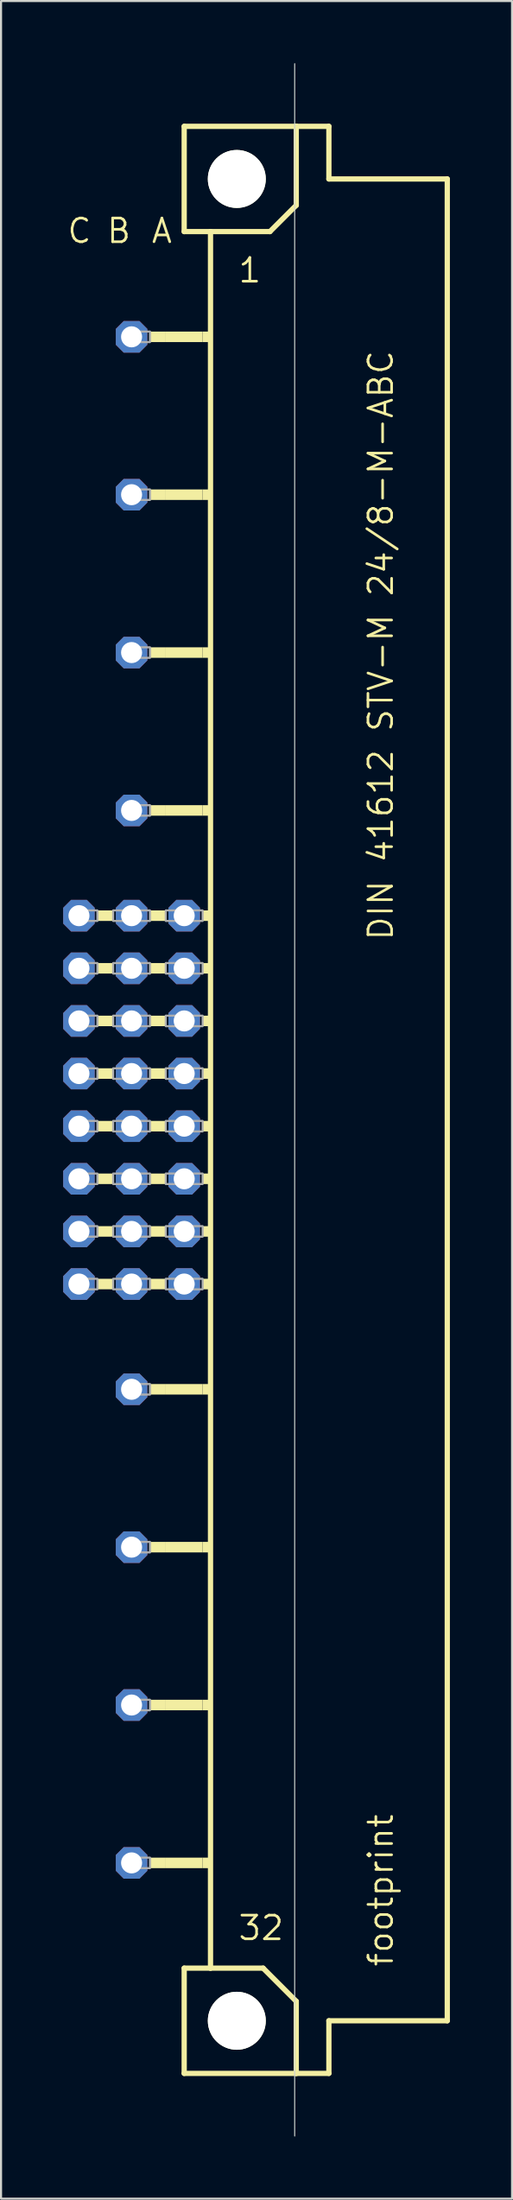
<source format=kicad_pcb>
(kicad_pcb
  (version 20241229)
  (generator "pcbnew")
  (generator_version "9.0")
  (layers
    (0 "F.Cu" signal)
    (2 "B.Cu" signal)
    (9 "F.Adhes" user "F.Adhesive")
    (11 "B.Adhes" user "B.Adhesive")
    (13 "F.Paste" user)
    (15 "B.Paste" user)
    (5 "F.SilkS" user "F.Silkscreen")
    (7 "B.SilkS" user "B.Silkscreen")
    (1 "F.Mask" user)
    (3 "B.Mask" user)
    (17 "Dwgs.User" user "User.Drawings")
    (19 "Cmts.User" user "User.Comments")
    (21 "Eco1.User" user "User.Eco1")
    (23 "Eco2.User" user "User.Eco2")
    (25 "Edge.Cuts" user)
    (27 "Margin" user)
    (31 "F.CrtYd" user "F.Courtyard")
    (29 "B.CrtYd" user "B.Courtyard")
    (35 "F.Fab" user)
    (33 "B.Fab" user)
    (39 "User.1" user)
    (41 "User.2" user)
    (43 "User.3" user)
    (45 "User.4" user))
  (footprint "footprint"
    (layer "F.Cu")
    (at 8.382 50.038)
    (property "Reference" "footprint" (at 7.62 41.91 90) (layer "F.SilkS") (effects (font (size 1.143 1.143) (thickness 0.127)) (justify left bottom)))
    (fp_line (start -2.54 -46.99) (end -2.54 -41.91) (stroke (width 0.254) (type solid)) (layer "F.SilkS"))
    (fp_line (start -2.54 -41.91) (end -1.27 -41.91) (stroke (width 0.254) (type solid)) (layer "F.SilkS"))
    (fp_line (start -2.54 41.91) (end -2.54 46.99) (stroke (width 0.254) (type solid)) (layer "F.SilkS"))
    (fp_line (start -2.54 41.91) (end -1.27 41.91) (stroke (width 0.254) (type solid)) (layer "F.SilkS"))
    (fp_line (start -2.54 46.99) (end 2.87 46.99) (stroke (width 0.254) (type solid)) (layer "F.SilkS"))
    (fp_line (start -1.27 -41.91) (end -1.27 41.91) (stroke (width 0.254) (type solid)) (layer "F.SilkS"))
    (fp_line (start -1.27 -41.91) (end 1.6 -41.91) (stroke (width 0.254) (type solid)) (layer "F.SilkS"))
    (fp_line (start -1.27 41.91) (end 1.27 41.91) (stroke (width 0.254) (type solid)) (layer "F.SilkS"))
    (fp_line (start 1.6 -41.91) (end 2.87 -43.18) (stroke (width 0.254) (type solid)) (layer "F.SilkS"))
    (fp_line (start 2.87 -46.99) (end -2.54 -46.99) (stroke (width 0.254) (type solid)) (layer "F.SilkS"))
    (fp_line (start 2.87 -43.18) (end 2.87 -46.99) (stroke (width 0.254) (type solid)) (layer "F.SilkS"))
    (fp_line (start 2.87 43.51) (end 1.27 41.91) (stroke (width 0.254) (type solid)) (layer "F.SilkS"))
    (fp_line (start 2.87 43.51) (end 2.87 46.99) (stroke (width 0.254) (type solid)) (layer "F.SilkS"))
    (fp_line (start 2.87 46.99) (end 4.445 46.99) (stroke (width 0.254) (type solid)) (layer "F.SilkS"))
    (fp_line (start 4.445 -46.99) (end 2.87 -46.99) (stroke (width 0.254) (type solid)) (layer "F.SilkS"))
    (fp_line (start 4.445 -44.45) (end 4.445 -46.99) (stroke (width 0.254) (type solid)) (layer "F.SilkS"))
    (fp_line (start 4.445 44.45) (end 10.16 44.45) (stroke (width 0.254) (type solid)) (layer "F.SilkS"))
    (fp_line (start 4.445 46.99) (end 4.445 44.45) (stroke (width 0.254) (type solid)) (layer "F.SilkS"))
    (fp_line (start 10.16 -44.45) (end 4.445 -44.45) (stroke (width 0.254) (type solid)) (layer "F.SilkS"))
    (fp_line (start 10.16 44.45) (end 10.16 -44.45) (stroke (width 0.254) (type solid)) (layer "F.SilkS"))
    (fp_circle (center 0 -44.45) (end 1.27 -44.45) (stroke (width 0.254) (type solid)) (fill no) (layer "F.SilkS"))
    (fp_circle (center 0 44.45) (end 1.27 44.45) (stroke (width 0.254) (type solid)) (fill no) (layer "F.SilkS"))
    (fp_poly (pts (xy -6.731 -8.636) (xy -5.969 -8.636) (xy -5.969 -9.144) (xy -6.731 -9.144)) (stroke (width 0) (type solid)) (fill yes) (layer "F.SilkS"))
    (fp_poly (pts (xy -6.731 -6.096) (xy -5.969 -6.096) (xy -5.969 -6.604) (xy -6.731 -6.604)) (stroke (width 0) (type solid)) (fill yes) (layer "F.SilkS"))
    (fp_poly (pts (xy -6.731 -3.556) (xy -5.969 -3.556) (xy -5.969 -4.064) (xy -6.731 -4.064)) (stroke (width 0) (type solid)) (fill yes) (layer "F.SilkS"))
    (fp_poly (pts (xy -6.731 -1.016) (xy -5.969 -1.016) (xy -5.969 -1.524) (xy -6.731 -1.524)) (stroke (width 0) (type solid)) (fill yes) (layer "F.SilkS"))
    (fp_poly (pts (xy -6.731 1.524) (xy -5.969 1.524) (xy -5.969 1.016) (xy -6.731 1.016)) (stroke (width 0) (type solid)) (fill yes) (layer "F.SilkS"))
    (fp_poly (pts (xy -6.731 4.064) (xy -5.969 4.064) (xy -5.969 3.556) (xy -6.731 3.556)) (stroke (width 0) (type solid)) (fill yes) (layer "F.SilkS"))
    (fp_poly (pts (xy -6.731 6.604) (xy -5.969 6.604) (xy -5.969 6.096) (xy -6.731 6.096)) (stroke (width 0) (type solid)) (fill yes) (layer "F.SilkS"))
    (fp_poly (pts (xy -6.731 9.144) (xy -5.969 9.144) (xy -5.969 8.636) (xy -6.731 8.636)) (stroke (width 0) (type solid)) (fill yes) (layer "F.SilkS"))
    (fp_poly (pts (xy -4.191 -36.576) (xy -3.429 -36.576) (xy -3.429 -37.084) (xy -4.191 -37.084)) (stroke (width 0) (type solid)) (fill yes) (layer "F.SilkS"))
    (fp_poly (pts (xy -4.191 -28.956) (xy -3.429 -28.956) (xy -3.429 -29.464) (xy -4.191 -29.464)) (stroke (width 0) (type solid)) (fill yes) (layer "F.SilkS"))
    (fp_poly (pts (xy -4.191 -21.336) (xy -3.429 -21.336) (xy -3.429 -21.844) (xy -4.191 -21.844)) (stroke (width 0) (type solid)) (fill yes) (layer "F.SilkS"))
    (fp_poly (pts (xy -4.191 -13.716) (xy -3.429 -13.716) (xy -3.429 -14.224) (xy -4.191 -14.224)) (stroke (width 0) (type solid)) (fill yes) (layer "F.SilkS"))
    (fp_poly (pts (xy -4.191 -8.636) (xy -3.429 -8.636) (xy -3.429 -9.144) (xy -4.191 -9.144)) (stroke (width 0) (type solid)) (fill yes) (layer "F.SilkS"))
    (fp_poly (pts (xy -4.191 -6.096) (xy -3.429 -6.096) (xy -3.429 -6.604) (xy -4.191 -6.604)) (stroke (width 0) (type solid)) (fill yes) (layer "F.SilkS"))
    (fp_poly (pts (xy -4.191 -3.556) (xy -3.429 -3.556) (xy -3.429 -4.064) (xy -4.191 -4.064)) (stroke (width 0) (type solid)) (fill yes) (layer "F.SilkS"))
    (fp_poly (pts (xy -4.191 -1.016) (xy -3.429 -1.016) (xy -3.429 -1.524) (xy -4.191 -1.524)) (stroke (width 0) (type solid)) (fill yes) (layer "F.SilkS"))
    (fp_poly (pts (xy -4.191 1.524) (xy -3.429 1.524) (xy -3.429 1.016) (xy -4.191 1.016)) (stroke (width 0) (type solid)) (fill yes) (layer "F.SilkS"))
    (fp_poly (pts (xy -4.191 4.064) (xy -3.429 4.064) (xy -3.429 3.556) (xy -4.191 3.556)) (stroke (width 0) (type solid)) (fill yes) (layer "F.SilkS"))
    (fp_poly (pts (xy -4.191 6.604) (xy -3.429 6.604) (xy -3.429 6.096) (xy -4.191 6.096)) (stroke (width 0) (type solid)) (fill yes) (layer "F.SilkS"))
    (fp_poly (pts (xy -4.191 9.144) (xy -3.429 9.144) (xy -3.429 8.636) (xy -4.191 8.636)) (stroke (width 0) (type solid)) (fill yes) (layer "F.SilkS"))
    (fp_poly (pts (xy -4.191 14.224) (xy -3.429 14.224) (xy -3.429 13.716) (xy -4.191 13.716)) (stroke (width 0) (type solid)) (fill yes) (layer "F.SilkS"))
    (fp_poly (pts (xy -4.191 21.844) (xy -3.429 21.844) (xy -3.429 21.336) (xy -4.191 21.336)) (stroke (width 0) (type solid)) (fill yes) (layer "F.SilkS"))
    (fp_poly (pts (xy -4.191 29.464) (xy -3.429 29.464) (xy -3.429 28.956) (xy -4.191 28.956)) (stroke (width 0) (type solid)) (fill yes) (layer "F.SilkS"))
    (fp_poly (pts (xy -4.191 37.084) (xy -3.429 37.084) (xy -3.429 36.576) (xy -4.191 36.576)) (stroke (width 0) (type solid)) (fill yes) (layer "F.SilkS"))
    (fp_poly (pts (xy -3.429 -36.576) (xy -1.651 -36.576) (xy -1.651 -37.084) (xy -3.429 -37.084)) (stroke (width 0) (type solid)) (fill yes) (layer "F.SilkS"))
    (fp_poly (pts (xy -3.429 -28.956) (xy -1.651 -28.956) (xy -1.651 -29.464) (xy -3.429 -29.464)) (stroke (width 0) (type solid)) (fill yes) (layer "F.SilkS"))
    (fp_poly (pts (xy -3.429 -21.336) (xy -1.651 -21.336) (xy -1.651 -21.844) (xy -3.429 -21.844)) (stroke (width 0) (type solid)) (fill yes) (layer "F.SilkS"))
    (fp_poly (pts (xy -3.429 -13.716) (xy -1.651 -13.716) (xy -1.651 -14.224) (xy -3.429 -14.224)) (stroke (width 0) (type solid)) (fill yes) (layer "F.SilkS"))
    (fp_poly (pts (xy -3.429 14.224) (xy -1.651 14.224) (xy -1.651 13.716) (xy -3.429 13.716)) (stroke (width 0) (type solid)) (fill yes) (layer "F.SilkS"))
    (fp_poly (pts (xy -3.429 21.844) (xy -1.651 21.844) (xy -1.651 21.336) (xy -3.429 21.336)) (stroke (width 0) (type solid)) (fill yes) (layer "F.SilkS"))
    (fp_poly (pts (xy -3.429 29.464) (xy -1.651 29.464) (xy -1.651 28.956) (xy -3.429 28.956)) (stroke (width 0) (type solid)) (fill yes) (layer "F.SilkS"))
    (fp_poly (pts (xy -3.429 37.084) (xy -1.651 37.084) (xy -1.651 36.576) (xy -3.429 36.576)) (stroke (width 0) (type solid)) (fill yes) (layer "F.SilkS"))
    (fp_poly (pts (xy -1.651 -36.576) (xy -1.27 -36.576) (xy -1.27 -37.084) (xy -1.651 -37.084)) (stroke (width 0) (type solid)) (fill yes) (layer "F.SilkS"))
    (fp_poly (pts (xy -1.651 -28.956) (xy -1.27 -28.956) (xy -1.27 -29.464) (xy -1.651 -29.464)) (stroke (width 0) (type solid)) (fill yes) (layer "F.SilkS"))
    (fp_poly (pts (xy -1.651 -21.336) (xy -1.27 -21.336) (xy -1.27 -21.844) (xy -1.651 -21.844)) (stroke (width 0) (type solid)) (fill yes) (layer "F.SilkS"))
    (fp_poly (pts (xy -1.651 -13.716) (xy -1.27 -13.716) (xy -1.27 -14.224) (xy -1.651 -14.224)) (stroke (width 0) (type solid)) (fill yes) (layer "F.SilkS"))
    (fp_poly (pts (xy -1.651 -8.636) (xy -1.27 -8.636) (xy -1.27 -9.144) (xy -1.651 -9.144)) (stroke (width 0) (type solid)) (fill yes) (layer "F.SilkS"))
    (fp_poly (pts (xy -1.651 -6.096) (xy -1.27 -6.096) (xy -1.27 -6.604) (xy -1.651 -6.604)) (stroke (width 0) (type solid)) (fill yes) (layer "F.SilkS"))
    (fp_poly (pts (xy -1.651 -3.556) (xy -1.27 -3.556) (xy -1.27 -4.064) (xy -1.651 -4.064)) (stroke (width 0) (type solid)) (fill yes) (layer "F.SilkS"))
    (fp_poly (pts (xy -1.651 -1.016) (xy -1.27 -1.016) (xy -1.27 -1.524) (xy -1.651 -1.524)) (stroke (width 0) (type solid)) (fill yes) (layer "F.SilkS"))
    (fp_poly (pts (xy -1.651 1.524) (xy -1.27 1.524) (xy -1.27 1.016) (xy -1.651 1.016)) (stroke (width 0) (type solid)) (fill yes) (layer "F.SilkS"))
    (fp_poly (pts (xy -1.651 4.064) (xy -1.27 4.064) (xy -1.27 3.556) (xy -1.651 3.556)) (stroke (width 0) (type solid)) (fill yes) (layer "F.SilkS"))
    (fp_poly (pts (xy -1.651 6.604) (xy -1.27 6.604) (xy -1.27 6.096) (xy -1.651 6.096)) (stroke (width 0) (type solid)) (fill yes) (layer "F.SilkS"))
    (fp_poly (pts (xy -1.651 9.144) (xy -1.27 9.144) (xy -1.27 8.636) (xy -1.651 8.636)) (stroke (width 0) (type solid)) (fill yes) (layer "F.SilkS"))
    (fp_poly (pts (xy -1.651 14.224) (xy -1.27 14.224) (xy -1.27 13.716) (xy -1.651 13.716)) (stroke (width 0) (type solid)) (fill yes) (layer "F.SilkS"))
    (fp_poly (pts (xy -1.651 21.844) (xy -1.27 21.844) (xy -1.27 21.336) (xy -1.651 21.336)) (stroke (width 0) (type solid)) (fill yes) (layer "F.SilkS"))
    (fp_poly (pts (xy -1.651 29.464) (xy -1.27 29.464) (xy -1.27 28.956) (xy -1.651 28.956)) (stroke (width 0) (type solid)) (fill yes) (layer "F.SilkS"))
    (fp_poly (pts (xy -1.651 37.084) (xy -1.27 37.084) (xy -1.27 36.576) (xy -1.651 36.576)) (stroke (width 0) (type solid)) (fill yes) (layer "F.SilkS"))
    (fp_line (start 2.794 50.013) (end 2.794 -50.013) (stroke (width 0.05) (type solid)) (layer "Edge.Cuts"))
    (fp_poly (pts (xy -7.874 -8.636) (xy -6.731 -8.636) (xy -6.731 -9.144) (xy -7.874 -9.144)) (stroke (width 0.1) (type solid)) (fill no) (layer "F.Fab"))
    (fp_poly (pts (xy -7.874 -6.096) (xy -6.731 -6.096) (xy -6.731 -6.604) (xy -7.874 -6.604)) (stroke (width 0.1) (type solid)) (fill no) (layer "F.Fab"))
    (fp_poly (pts (xy -7.874 -3.556) (xy -6.731 -3.556) (xy -6.731 -4.064) (xy -7.874 -4.064)) (stroke (width 0.1) (type solid)) (fill no) (layer "F.Fab"))
    (fp_poly (pts (xy -7.874 -1.016) (xy -6.731 -1.016) (xy -6.731 -1.524) (xy -7.874 -1.524)) (stroke (width 0.1) (type solid)) (fill no) (layer "F.Fab"))
    (fp_poly (pts (xy -7.874 1.524) (xy -6.731 1.524) (xy -6.731 1.016) (xy -7.874 1.016)) (stroke (width 0.1) (type solid)) (fill no) (layer "F.Fab"))
    (fp_poly (pts (xy -7.874 4.064) (xy -6.731 4.064) (xy -6.731 3.556) (xy -7.874 3.556)) (stroke (width 0.1) (type solid)) (fill no) (layer "F.Fab"))
    (fp_poly (pts (xy -7.874 6.604) (xy -6.731 6.604) (xy -6.731 6.096) (xy -7.874 6.096)) (stroke (width 0.1) (type solid)) (fill no) (layer "F.Fab"))
    (fp_poly (pts (xy -7.874 9.144) (xy -6.731 9.144) (xy -6.731 8.636) (xy -7.874 8.636)) (stroke (width 0.1) (type solid)) (fill no) (layer "F.Fab"))
    (fp_poly (pts (xy -5.969 -8.636) (xy -4.191 -8.636) (xy -4.191 -9.144) (xy -5.969 -9.144)) (stroke (width 0.1) (type solid)) (fill no) (layer "F.Fab"))
    (fp_poly (pts (xy -5.969 -6.096) (xy -4.191 -6.096) (xy -4.191 -6.604) (xy -5.969 -6.604)) (stroke (width 0.1) (type solid)) (fill no) (layer "F.Fab"))
    (fp_poly (pts (xy -5.969 -3.556) (xy -4.191 -3.556) (xy -4.191 -4.064) (xy -5.969 -4.064)) (stroke (width 0.1) (type solid)) (fill no) (layer "F.Fab"))
    (fp_poly (pts (xy -5.969 -1.016) (xy -4.191 -1.016) (xy -4.191 -1.524) (xy -5.969 -1.524)) (stroke (width 0.1) (type solid)) (fill no) (layer "F.Fab"))
    (fp_poly (pts (xy -5.969 1.524) (xy -4.191 1.524) (xy -4.191 1.016) (xy -5.969 1.016)) (stroke (width 0.1) (type solid)) (fill no) (layer "F.Fab"))
    (fp_poly (pts (xy -5.969 4.064) (xy -4.191 4.064) (xy -4.191 3.556) (xy -5.969 3.556)) (stroke (width 0.1) (type solid)) (fill no) (layer "F.Fab"))
    (fp_poly (pts (xy -5.969 6.604) (xy -4.191 6.604) (xy -4.191 6.096) (xy -5.969 6.096)) (stroke (width 0.1) (type solid)) (fill no) (layer "F.Fab"))
    (fp_poly (pts (xy -5.969 9.144) (xy -4.191 9.144) (xy -4.191 8.636) (xy -5.969 8.636)) (stroke (width 0.1) (type solid)) (fill no) (layer "F.Fab"))
    (fp_poly (pts (xy -5.334 -36.576) (xy -4.191 -36.576) (xy -4.191 -37.084) (xy -5.334 -37.084)) (stroke (width 0.1) (type solid)) (fill no) (layer "F.Fab"))
    (fp_poly (pts (xy -5.334 -28.956) (xy -4.191 -28.956) (xy -4.191 -29.464) (xy -5.334 -29.464)) (stroke (width 0.1) (type solid)) (fill no) (layer "F.Fab"))
    (fp_poly (pts (xy -5.334 -21.336) (xy -4.191 -21.336) (xy -4.191 -21.844) (xy -5.334 -21.844)) (stroke (width 0.1) (type solid)) (fill no) (layer "F.Fab"))
    (fp_poly (pts (xy -5.334 -13.716) (xy -4.191 -13.716) (xy -4.191 -14.224) (xy -5.334 -14.224)) (stroke (width 0.1) (type solid)) (fill no) (layer "F.Fab"))
    (fp_poly (pts (xy -5.334 14.224) (xy -4.191 14.224) (xy -4.191 13.716) (xy -5.334 13.716)) (stroke (width 0.1) (type solid)) (fill no) (layer "F.Fab"))
    (fp_poly (pts (xy -5.334 21.844) (xy -4.191 21.844) (xy -4.191 21.336) (xy -5.334 21.336)) (stroke (width 0.1) (type solid)) (fill no) (layer "F.Fab"))
    (fp_poly (pts (xy -5.334 29.464) (xy -4.191 29.464) (xy -4.191 28.956) (xy -5.334 28.956)) (stroke (width 0.1) (type solid)) (fill no) (layer "F.Fab"))
    (fp_poly (pts (xy -5.334 37.084) (xy -4.191 37.084) (xy -4.191 36.576) (xy -5.334 36.576)) (stroke (width 0.1) (type solid)) (fill no) (layer "F.Fab"))
    (fp_poly (pts (xy -3.429 -8.636) (xy -1.651 -8.636) (xy -1.651 -9.144) (xy -3.429 -9.144)) (stroke (width 0.1) (type solid)) (fill no) (layer "F.Fab"))
    (fp_poly (pts (xy -3.429 -6.096) (xy -1.651 -6.096) (xy -1.651 -6.604) (xy -3.429 -6.604)) (stroke (width 0.1) (type solid)) (fill no) (layer "F.Fab"))
    (fp_poly (pts (xy -3.429 -3.556) (xy -1.651 -3.556) (xy -1.651 -4.064) (xy -3.429 -4.064)) (stroke (width 0.1) (type solid)) (fill no) (layer "F.Fab"))
    (fp_poly (pts (xy -3.429 -1.016) (xy -1.651 -1.016) (xy -1.651 -1.524) (xy -3.429 -1.524)) (stroke (width 0.1) (type solid)) (fill no) (layer "F.Fab"))
    (fp_poly (pts (xy -3.429 1.524) (xy -1.651 1.524) (xy -1.651 1.016) (xy -3.429 1.016)) (stroke (width 0.1) (type solid)) (fill no) (layer "F.Fab"))
    (fp_poly (pts (xy -3.429 4.064) (xy -1.651 4.064) (xy -1.651 3.556) (xy -3.429 3.556)) (stroke (width 0.1) (type solid)) (fill no) (layer "F.Fab"))
    (fp_poly (pts (xy -3.429 6.604) (xy -1.651 6.604) (xy -1.651 6.096) (xy -3.429 6.096)) (stroke (width 0.1) (type solid)) (fill no) (layer "F.Fab"))
    (fp_poly (pts (xy -3.429 9.144) (xy -1.651 9.144) (xy -1.651 8.636) (xy -3.429 8.636)) (stroke (width 0.1) (type solid)) (fill no) (layer "F.Fab"))
    (fp_text user "C" (at -8.255 -41.275 0) (layer "F.SilkS") (effects (font (size 1.143 1.143) (thickness 0.127)) (justify left bottom)))
    (fp_text user "32" (at 0 40.64 0) (layer "F.SilkS") (effects (font (size 1.143 1.143) (thickness 0.127)) (justify left bottom)))
    (fp_text user "1" (at 0 -39.37 0) (layer "F.SilkS") (effects (font (size 1.143 1.143) (thickness 0.127)) (justify left bottom)))
    (fp_text user "A" (at -4.191 -41.275 0) (layer "F.SilkS") (effects (font (size 1.143 1.143) (thickness 0.127)) (justify left bottom)))
    (fp_text user "DIN 41612 STV-M 24/8-M-ABC" (at 7.62 -7.62 90) (layer "F.SilkS") (effects (font (size 1.143 1.143) (thickness 0.127)) (justify left bottom)))
    (fp_text user "B" (at -6.35 -41.275 0) (layer "F.SilkS") (effects (font (size 1.143 1.143) (thickness 0.127)) (justify left bottom)))
    (pad "" np_thru_hole circle (at 0 -44.45) (size 2.8 2.8) (drill 2.8) (layers "*.Cu" "*.Mask"))
    (pad "" np_thru_hole circle (at 0 44.45) (size 2.8 2.8) (drill 2.8) (layers "*.Cu" "*.Mask"))
    (pad "A13" thru_hole roundrect (at -2.54 -8.89) (size 1.524 1.524) (drill 1.016) (layers "*.Cu" "*.Mask") (roundrect_rratio 0.25) (chamfer_ratio 0.25) (chamfer top_left top_right bottom_left bottom_right))
    (pad "A14" thru_hole roundrect (at -2.54 -6.35) (size 1.524 1.524) (drill 1.016) (layers "*.Cu" "*.Mask") (roundrect_rratio 0.25) (chamfer_ratio 0.25) (chamfer top_left top_right bottom_left bottom_right))
    (pad "A15" thru_hole roundrect (at -2.54 -3.81) (size 1.524 1.524) (drill 1.016) (layers "*.Cu" "*.Mask") (roundrect_rratio 0.25) (chamfer_ratio 0.25) (chamfer top_left top_right bottom_left bottom_right))
    (pad "A16" thru_hole roundrect (at -2.54 -1.27) (size 1.524 1.524) (drill 1.016) (layers "*.Cu" "*.Mask") (roundrect_rratio 0.25) (chamfer_ratio 0.25) (chamfer top_left top_right bottom_left bottom_right))
    (pad "A17" thru_hole roundrect (at -2.54 1.27) (size 1.524 1.524) (drill 1.016) (layers "*.Cu" "*.Mask") (roundrect_rratio 0.25) (chamfer_ratio 0.25) (chamfer top_left top_right bottom_left bottom_right))
    (pad "A18" thru_hole roundrect (at -2.54 3.81) (size 1.524 1.524) (drill 1.016) (layers "*.Cu" "*.Mask") (roundrect_rratio 0.25) (chamfer_ratio 0.25) (chamfer top_left top_right bottom_left bottom_right))
    (pad "A19" thru_hole roundrect (at -2.54 6.35) (size 1.524 1.524) (drill 1.016) (layers "*.Cu" "*.Mask") (roundrect_rratio 0.25) (chamfer_ratio 0.25) (chamfer top_left top_right bottom_left bottom_right))
    (pad "A20" thru_hole roundrect (at -2.54 8.89) (size 1.524 1.524) (drill 1.016) (layers "*.Cu" "*.Mask") (roundrect_rratio 0.25) (chamfer_ratio 0.25) (chamfer top_left top_right bottom_left bottom_right))
    (pad "B2" thru_hole roundrect (at -5.08 -36.83) (size 1.524 1.524) (drill 1.016) (layers "*.Cu" "*.Mask") (roundrect_rratio 0.25) (chamfer_ratio 0.25) (chamfer top_left top_right bottom_left bottom_right))
    (pad "B5" thru_hole roundrect (at -5.08 -29.21) (size 1.524 1.524) (drill 1.016) (layers "*.Cu" "*.Mask") (roundrect_rratio 0.25) (chamfer_ratio 0.25) (chamfer top_left top_right bottom_left bottom_right))
    (pad "B8" thru_hole roundrect (at -5.08 -21.59) (size 1.524 1.524) (drill 1.016) (layers "*.Cu" "*.Mask") (roundrect_rratio 0.25) (chamfer_ratio 0.25) (chamfer top_left top_right bottom_left bottom_right))
    (pad "B11" thru_hole roundrect (at -5.08 -13.97) (size 1.524 1.524) (drill 1.016) (layers "*.Cu" "*.Mask") (roundrect_rratio 0.25) (chamfer_ratio 0.25) (chamfer top_left top_right bottom_left bottom_right))
    (pad "B13" thru_hole roundrect (at -5.08 -8.89) (size 1.524 1.524) (drill 1.016) (layers "*.Cu" "*.Mask") (roundrect_rratio 0.25) (chamfer_ratio 0.25) (chamfer top_left top_right bottom_left bottom_right))
    (pad "B14" thru_hole roundrect (at -5.08 -6.35) (size 1.524 1.524) (drill 1.016) (layers "*.Cu" "*.Mask") (roundrect_rratio 0.25) (chamfer_ratio 0.25) (chamfer top_left top_right bottom_left bottom_right))
    (pad "B15" thru_hole roundrect (at -5.08 -3.81) (size 1.524 1.524) (drill 1.016) (layers "*.Cu" "*.Mask") (roundrect_rratio 0.25) (chamfer_ratio 0.25) (chamfer top_left top_right bottom_left bottom_right))
    (pad "B16" thru_hole roundrect (at -5.08 -1.27) (size 1.524 1.524) (drill 1.016) (layers "*.Cu" "*.Mask") (roundrect_rratio 0.25) (chamfer_ratio 0.25) (chamfer top_left top_right bottom_left bottom_right))
    (pad "B17" thru_hole roundrect (at -5.08 1.27) (size 1.524 1.524) (drill 1.016) (layers "*.Cu" "*.Mask") (roundrect_rratio 0.25) (chamfer_ratio 0.25) (chamfer top_left top_right bottom_left bottom_right))
    (pad "B18" thru_hole roundrect (at -5.08 3.81) (size 1.524 1.524) (drill 1.016) (layers "*.Cu" "*.Mask") (roundrect_rratio 0.25) (chamfer_ratio 0.25) (chamfer top_left top_right bottom_left bottom_right))
    (pad "B19" thru_hole roundrect (at -5.08 6.35) (size 1.524 1.524) (drill 1.016) (layers "*.Cu" "*.Mask") (roundrect_rratio 0.25) (chamfer_ratio 0.25) (chamfer top_left top_right bottom_left bottom_right))
    (pad "B20" thru_hole roundrect (at -5.08 8.89) (size 1.524 1.524) (drill 1.016) (layers "*.Cu" "*.Mask") (roundrect_rratio 0.25) (chamfer_ratio 0.25) (chamfer top_left top_right bottom_left bottom_right))
    (pad "B22" thru_hole roundrect (at -5.08 13.97) (size 1.524 1.524) (drill 1.016) (layers "*.Cu" "*.Mask") (roundrect_rratio 0.25) (chamfer_ratio 0.25) (chamfer top_left top_right bottom_left bottom_right))
    (pad "B25" thru_hole roundrect (at -5.08 21.59) (size 1.524 1.524) (drill 1.016) (layers "*.Cu" "*.Mask") (roundrect_rratio 0.25) (chamfer_ratio 0.25) (chamfer top_left top_right bottom_left bottom_right))
    (pad "B28" thru_hole roundrect (at -5.08 29.21) (size 1.524 1.524) (drill 1.016) (layers "*.Cu" "*.Mask") (roundrect_rratio 0.25) (chamfer_ratio 0.25) (chamfer top_left top_right bottom_left bottom_right))
    (pad "B31" thru_hole roundrect (at -5.08 36.83) (size 1.524 1.524) (drill 1.016) (layers "*.Cu" "*.Mask") (roundrect_rratio 0.25) (chamfer_ratio 0.25) (chamfer top_left top_right bottom_left bottom_right))
    (pad "C13" thru_hole roundrect (at -7.62 -8.89) (size 1.524 1.524) (drill 1.016) (layers "*.Cu" "*.Mask") (roundrect_rratio 0.25) (chamfer_ratio 0.25) (chamfer top_left top_right bottom_left bottom_right))
    (pad "C14" thru_hole roundrect (at -7.62 -6.35) (size 1.524 1.524) (drill 1.016) (layers "*.Cu" "*.Mask") (roundrect_rratio 0.25) (chamfer_ratio 0.25) (chamfer top_left top_right bottom_left bottom_right))
    (pad "C15" thru_hole roundrect (at -7.62 -3.81) (size 1.524 1.524) (drill 1.016) (layers "*.Cu" "*.Mask") (roundrect_rratio 0.25) (chamfer_ratio 0.25) (chamfer top_left top_right bottom_left bottom_right))
    (pad "C16" thru_hole roundrect (at -7.62 -1.27) (size 1.524 1.524) (drill 1.016) (layers "*.Cu" "*.Mask") (roundrect_rratio 0.25) (chamfer_ratio 0.25) (chamfer top_left top_right bottom_left bottom_right))
    (pad "C17" thru_hole roundrect (at -7.62 1.27) (size 1.524 1.524) (drill 1.016) (layers "*.Cu" "*.Mask") (roundrect_rratio 0.25) (chamfer_ratio 0.25) (chamfer top_left top_right bottom_left bottom_right))
    (pad "C18" thru_hole roundrect (at -7.62 3.81) (size 1.524 1.524) (drill 1.016) (layers "*.Cu" "*.Mask") (roundrect_rratio 0.25) (chamfer_ratio 0.25) (chamfer top_left top_right bottom_left bottom_right))
    (pad "C19" thru_hole roundrect (at -7.62 6.35) (size 1.524 1.524) (drill 1.016) (layers "*.Cu" "*.Mask") (roundrect_rratio 0.25) (chamfer_ratio 0.25) (chamfer top_left top_right bottom_left bottom_right))
    (pad "C20" thru_hole roundrect (at -7.62 8.89) (size 1.524 1.524) (drill 1.016) (layers "*.Cu" "*.Mask") (roundrect_rratio 0.25) (chamfer_ratio 0.25) (chamfer top_left top_right bottom_left bottom_right))
    (zone (net_name "") (layers "F.Cu" "B.Cu") (hatch edge 0.508) (connect_pads) (min_thickness 0.254) (filled_areas_thickness no) (keepout (tracks allowed) (vias not_allowed) (pads allowed) (copperpour allowed) (footprints allowed)) (placement (enabled no)) (fill) (polygon (pts (xy 11.557 5.588) (xy 11.509 5.036) (xy 11.366 4.502) (xy 11.132 4) (xy 10.814 3.547) (xy 10.423 3.155) (xy 9.97 2.838) (xy 9.468 2.604) (xy 8.933 2.461) (xy 8.382 2.413) (xy 7.831 2.461) (xy 7.296 2.604) (xy 6.795 2.838) (xy 6.341 3.155) (xy 5.95 3.547) (xy 5.632 4) (xy 5.398 4.502) (xy 5.255 5.036) (xy 5.207 5.588) (xy 5.255 6.139) (xy 5.398 6.674) (xy 5.632 7.175) (xy 5.95 7.628) (xy 6.341 8.02) (xy 6.795 8.337) (xy 7.296 8.571) (xy 7.831 8.714) (xy 8.382 8.763) (xy 8.933 8.714) (xy 9.468 8.571) (xy 9.97 8.337) (xy 10.423 8.02) (xy 10.814 7.628) (xy 11.132 7.175) (xy 11.366 6.674) (xy 11.509 6.139))) (polygon (pts (xy 9.779 5.588) (xy 9.758 5.345) (xy 9.695 5.11) (xy 9.592 4.889) (xy 9.452 4.69) (xy 9.28 4.517) (xy 9.081 4.378) (xy 8.86 4.275) (xy 8.625 4.212) (xy 8.382 4.191) (xy 8.139 4.212) (xy 7.904 4.275) (xy 7.684 4.378) (xy 7.484 4.517) (xy 7.312 4.69) (xy 7.172 4.889) (xy 7.069 5.11) (xy 7.006 5.345) (xy 6.985 5.588) (xy 7.006 5.83) (xy 7.069 6.065) (xy 7.172 6.286) (xy 7.312 6.486) (xy 7.484 6.658) (xy 7.684 6.797) (xy 7.904 6.9) (xy 8.139 6.963) (xy 8.382 6.985) (xy 8.625 6.963) (xy 8.86 6.9) (xy 9.081 6.797) (xy 9.28 6.658) (xy 9.452 6.486) (xy 9.592 6.286) (xy 9.695 6.065) (xy 9.758 5.83))))
    (zone (net_name "") (layers "F.Cu" "B.Cu") (hatch edge 0.508) (connect_pads) (min_thickness 0.254) (filled_areas_thickness no) (keepout (tracks allowed) (vias not_allowed) (pads allowed) (copperpour allowed) (footprints allowed)) (placement (enabled no)) (fill) (polygon (pts (xy 11.557 94.488) (xy 11.509 93.936) (xy 11.366 93.402) (xy 11.132 92.9) (xy 10.814 92.447) (xy 10.423 92.055) (xy 9.97 91.738) (xy 9.468 91.504) (xy 8.933 91.361) (xy 8.382 91.313) (xy 7.831 91.361) (xy 7.296 91.504) (xy 6.795 91.738) (xy 6.341 92.055) (xy 5.95 92.447) (xy 5.632 92.9) (xy 5.398 93.402) (xy 5.255 93.936) (xy 5.207 94.488) (xy 5.255 95.039) (xy 5.398 95.574) (xy 5.632 96.075) (xy 5.95 96.528) (xy 6.341 96.92) (xy 6.795 97.237) (xy 7.296 97.471) (xy 7.831 97.614) (xy 8.382 97.663) (xy 8.933 97.614) (xy 9.468 97.471) (xy 9.97 97.237) (xy 10.423 96.92) (xy 10.814 96.528) (xy 11.132 96.075) (xy 11.366 95.574) (xy 11.509 95.039))) (polygon (pts (xy 9.779 94.488) (xy 9.758 94.245) (xy 9.695 94.01) (xy 9.592 93.789) (xy 9.452 93.59) (xy 9.28 93.417) (xy 9.081 93.278) (xy 8.86 93.175) (xy 8.625 93.112) (xy 8.382 93.091) (xy 8.139 93.112) (xy 7.904 93.175) (xy 7.684 93.278) (xy 7.484 93.417) (xy 7.312 93.59) (xy 7.172 93.789) (xy 7.069 94.01) (xy 7.006 94.245) (xy 6.985 94.488) (xy 7.006 94.73) (xy 7.069 94.965) (xy 7.172 95.186) (xy 7.312 95.386) (xy 7.484 95.558) (xy 7.684 95.697) (xy 7.904 95.8) (xy 8.139 95.863) (xy 8.382 95.885) (xy 8.625 95.863) (xy 8.86 95.8) (xy 9.081 95.697) (xy 9.28 95.558) (xy 9.452 95.386) (xy 9.592 95.186) (xy 9.695 94.965) (xy 9.758 94.73))))
    (zone (net_name "") (layer "B.Cu") (hatch edge 0.508) (connect_pads) (min_thickness 0.254) (filled_areas_thickness no) (keepout (tracks not_allowed) (vias not_allowed) (pads not_allowed) (copperpour not_allowed) (footprints allowed)) (placement (enabled no)) (fill) (polygon (pts (xy 11.557 5.588) (xy 11.509 5.036) (xy 11.366 4.502) (xy 11.132 4) (xy 10.814 3.547) (xy 10.423 3.155) (xy 9.97 2.838) (xy 9.468 2.604) (xy 8.933 2.461) (xy 8.382 2.413) (xy 7.831 2.461) (xy 7.296 2.604) (xy 6.795 2.838) (xy 6.341 3.155) (xy 5.95 3.547) (xy 5.632 4) (xy 5.398 4.502) (xy 5.255 5.036) (xy 5.207 5.588) (xy 5.255 6.139) (xy 5.398 6.674) (xy 5.632 7.175) (xy 5.95 7.628) (xy 6.341 8.02) (xy 6.795 8.337) (xy 7.296 8.571) (xy 7.831 8.714) (xy 8.382 8.763) (xy 8.933 8.714) (xy 9.468 8.571) (xy 9.97 8.337) (xy 10.423 8.02) (xy 10.814 7.628) (xy 11.132 7.175) (xy 11.366 6.674) (xy 11.509 6.139))) (polygon (pts (xy 9.779 5.588) (xy 9.758 5.345) (xy 9.695 5.11) (xy 9.592 4.889) (xy 9.452 4.69) (xy 9.28 4.517) (xy 9.081 4.378) (xy 8.86 4.275) (xy 8.625 4.212) (xy 8.382 4.191) (xy 8.139 4.212) (xy 7.904 4.275) (xy 7.684 4.378) (xy 7.484 4.517) (xy 7.312 4.69) (xy 7.172 4.889) (xy 7.069 5.11) (xy 7.006 5.345) (xy 6.985 5.588) (xy 7.006 5.83) (xy 7.069 6.065) (xy 7.172 6.286) (xy 7.312 6.486) (xy 7.484 6.658) (xy 7.684 6.797) (xy 7.904 6.9) (xy 8.139 6.963) (xy 8.382 6.985) (xy 8.625 6.963) (xy 8.86 6.9) (xy 9.081 6.797) (xy 9.28 6.658) (xy 9.452 6.486) (xy 9.592 6.286) (xy 9.695 6.065) (xy 9.758 5.83))))
    (zone (net_name "") (layer "B.Cu") (hatch edge 0.508) (connect_pads) (min_thickness 0.254) (filled_areas_thickness no) (keepout (tracks not_allowed) (vias not_allowed) (pads not_allowed) (copperpour not_allowed) (footprints allowed)) (placement (enabled no)) (fill) (polygon (pts (xy 11.557 94.488) (xy 11.509 93.936) (xy 11.366 93.402) (xy 11.132 92.9) (xy 10.814 92.447) (xy 10.423 92.055) (xy 9.97 91.738) (xy 9.468 91.504) (xy 8.933 91.361) (xy 8.382 91.313) (xy 7.831 91.361) (xy 7.296 91.504) (xy 6.795 91.738) (xy 6.341 92.055) (xy 5.95 92.447) (xy 5.632 92.9) (xy 5.398 93.402) (xy 5.255 93.936) (xy 5.207 94.488) (xy 5.255 95.039) (xy 5.398 95.574) (xy 5.632 96.075) (xy 5.95 96.528) (xy 6.341 96.92) (xy 6.795 97.237) (xy 7.296 97.471) (xy 7.831 97.614) (xy 8.382 97.663) (xy 8.933 97.614) (xy 9.468 97.471) (xy 9.97 97.237) (xy 10.423 96.92) (xy 10.814 96.528) (xy 11.132 96.075) (xy 11.366 95.574) (xy 11.509 95.039))) (polygon (pts (xy 9.779 94.488) (xy 9.758 94.245) (xy 9.695 94.01) (xy 9.592 93.789) (xy 9.452 93.59) (xy 9.28 93.417) (xy 9.081 93.278) (xy 8.86 93.175) (xy 8.625 93.112) (xy 8.382 93.091) (xy 8.139 93.112) (xy 7.904 93.175) (xy 7.684 93.278) (xy 7.484 93.417) (xy 7.312 93.59) (xy 7.172 93.789) (xy 7.069 94.01) (xy 7.006 94.245) (xy 6.985 94.488) (xy 7.006 94.73) (xy 7.069 94.965) (xy 7.172 95.186) (xy 7.312 95.386) (xy 7.484 95.558) (xy 7.684 95.697) (xy 7.904 95.8) (xy 8.139 95.863) (xy 8.382 95.885) (xy 8.625 95.863) (xy 8.86 95.8) (xy 9.081 95.697) (xy 9.28 95.558) (xy 9.452 95.386) (xy 9.592 95.186) (xy 9.695 94.965) (xy 9.758 94.73)))))
  (gr_rect
    (start -3 -3)
    (end 21.669 103.075)
    (stroke (width 0.1) (type default))
    (fill no)
    (layer "Edge.Cuts")))
</source>
